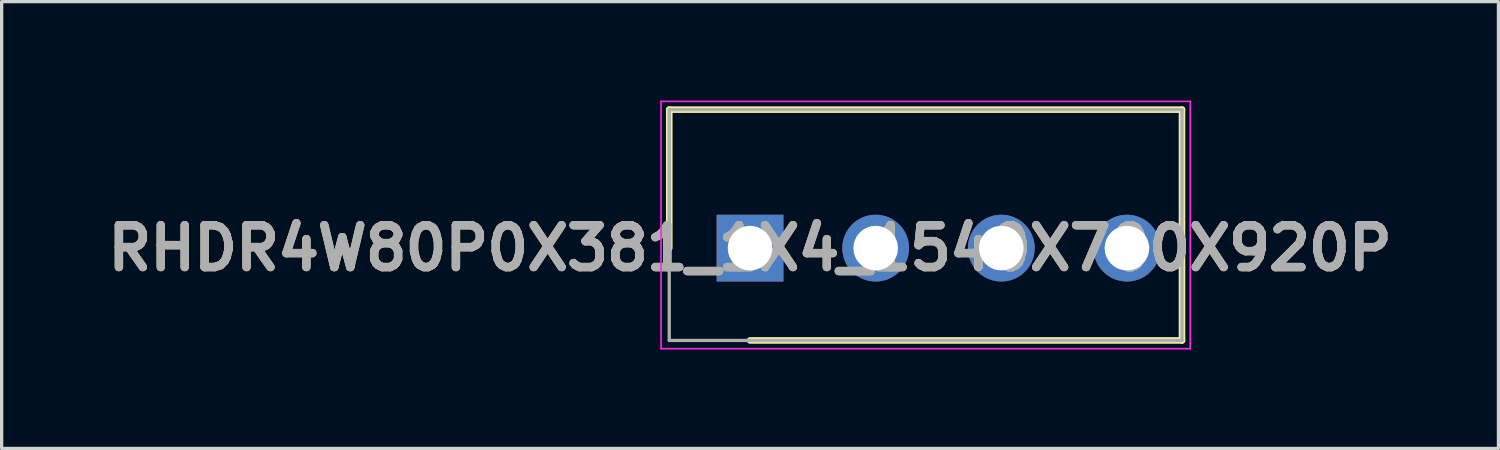
<source format=kicad_pcb>
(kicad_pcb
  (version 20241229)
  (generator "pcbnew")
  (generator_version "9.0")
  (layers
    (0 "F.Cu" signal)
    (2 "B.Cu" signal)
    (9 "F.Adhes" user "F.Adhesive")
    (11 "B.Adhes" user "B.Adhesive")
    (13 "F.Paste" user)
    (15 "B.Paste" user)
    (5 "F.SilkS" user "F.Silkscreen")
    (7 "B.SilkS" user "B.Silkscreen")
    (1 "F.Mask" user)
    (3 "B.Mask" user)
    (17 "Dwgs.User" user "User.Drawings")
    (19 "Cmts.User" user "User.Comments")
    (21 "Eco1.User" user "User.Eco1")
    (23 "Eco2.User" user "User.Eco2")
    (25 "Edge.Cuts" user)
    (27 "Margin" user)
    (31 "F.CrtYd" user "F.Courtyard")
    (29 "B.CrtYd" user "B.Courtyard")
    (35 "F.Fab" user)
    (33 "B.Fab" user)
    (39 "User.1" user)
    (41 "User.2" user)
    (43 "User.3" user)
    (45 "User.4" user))
  (footprint "RHDR4W80P0X381_1X4_1540X700X920P"
    (layer "F.Cu")
    (at 19.697 4.475)
    (property "Reference" "RHDR4W80P0X381_1X4_1540X700X920P" (at 0 0 0) (layer "F.SilkS") (effects (font (size 1.27 1.27) (thickness 0.254))))
    (attr through_hole)
    (fp_line (start -2.45 -4.2) (end -2.45 0) (stroke (width 0.2) (type solid)) (layer "F.SilkS"))
    (fp_line (start 0 2.8) (end 13.1 2.8) (stroke (width 0.2) (type solid)) (layer "F.SilkS"))
    (fp_line (start 13.1 -4.2) (end -2.45 -4.2) (stroke (width 0.2) (type solid)) (layer "F.SilkS"))
    (fp_line (start 13.1 2.8) (end 13.1 -4.2) (stroke (width 0.2) (type solid)) (layer "F.SilkS"))
    (fp_line (start -2.7 -4.45) (end 13.35 -4.45) (stroke (width 0.05) (type solid)) (layer "F.CrtYd"))
    (fp_line (start -2.7 3.05) (end -2.7 -4.45) (stroke (width 0.05) (type solid)) (layer "F.CrtYd"))
    (fp_line (start 13.35 -4.45) (end 13.35 3.05) (stroke (width 0.05) (type solid)) (layer "F.CrtYd"))
    (fp_line (start 13.35 3.05) (end -2.7 3.05) (stroke (width 0.05) (type solid)) (layer "F.CrtYd"))
    (fp_line (start -2.45 -4.2) (end 13.1 -4.2) (stroke (width 0.1) (type solid)) (layer "F.Fab"))
    (fp_line (start -2.45 2.8) (end -2.45 -4.2) (stroke (width 0.1) (type solid)) (layer "F.Fab"))
    (fp_line (start 13.1 -4.2) (end 13.1 2.8) (stroke (width 0.1) (type solid)) (layer "F.Fab"))
    (fp_line (start 13.1 2.8) (end -2.45 2.8) (stroke (width 0.1) (type solid)) (layer "F.Fab"))
    (fp_text user "${REFERENCE}" (at 0 0 0) (layer "F.Fab") (effects (font (size 1.27 1.27) (thickness 0.254))))
    (pad "1" thru_hole rect (at 0 0) (size 2.025 2.025) (drill 1.35) (layers "*.Cu" "*.Mask"))
    (pad "2" thru_hole circle (at 3.81 0) (size 2.025 2.025) (drill 1.35) (layers "*.Cu" "*.Mask"))
    (pad "3" thru_hole circle (at 7.62 0) (size 2.025 2.025) (drill 1.35) (layers "*.Cu" "*.Mask"))
    (pad "4" thru_hole circle (at 11.43 0) (size 2.025 2.025) (drill 1.35) (layers "*.Cu" "*.Mask")))
  (gr_rect
    (start -3 -3)
    (end 42.394 10.55)
    (stroke (width 0.1) (type default))
    (fill no)
    (layer "Edge.Cuts")))
</source>
